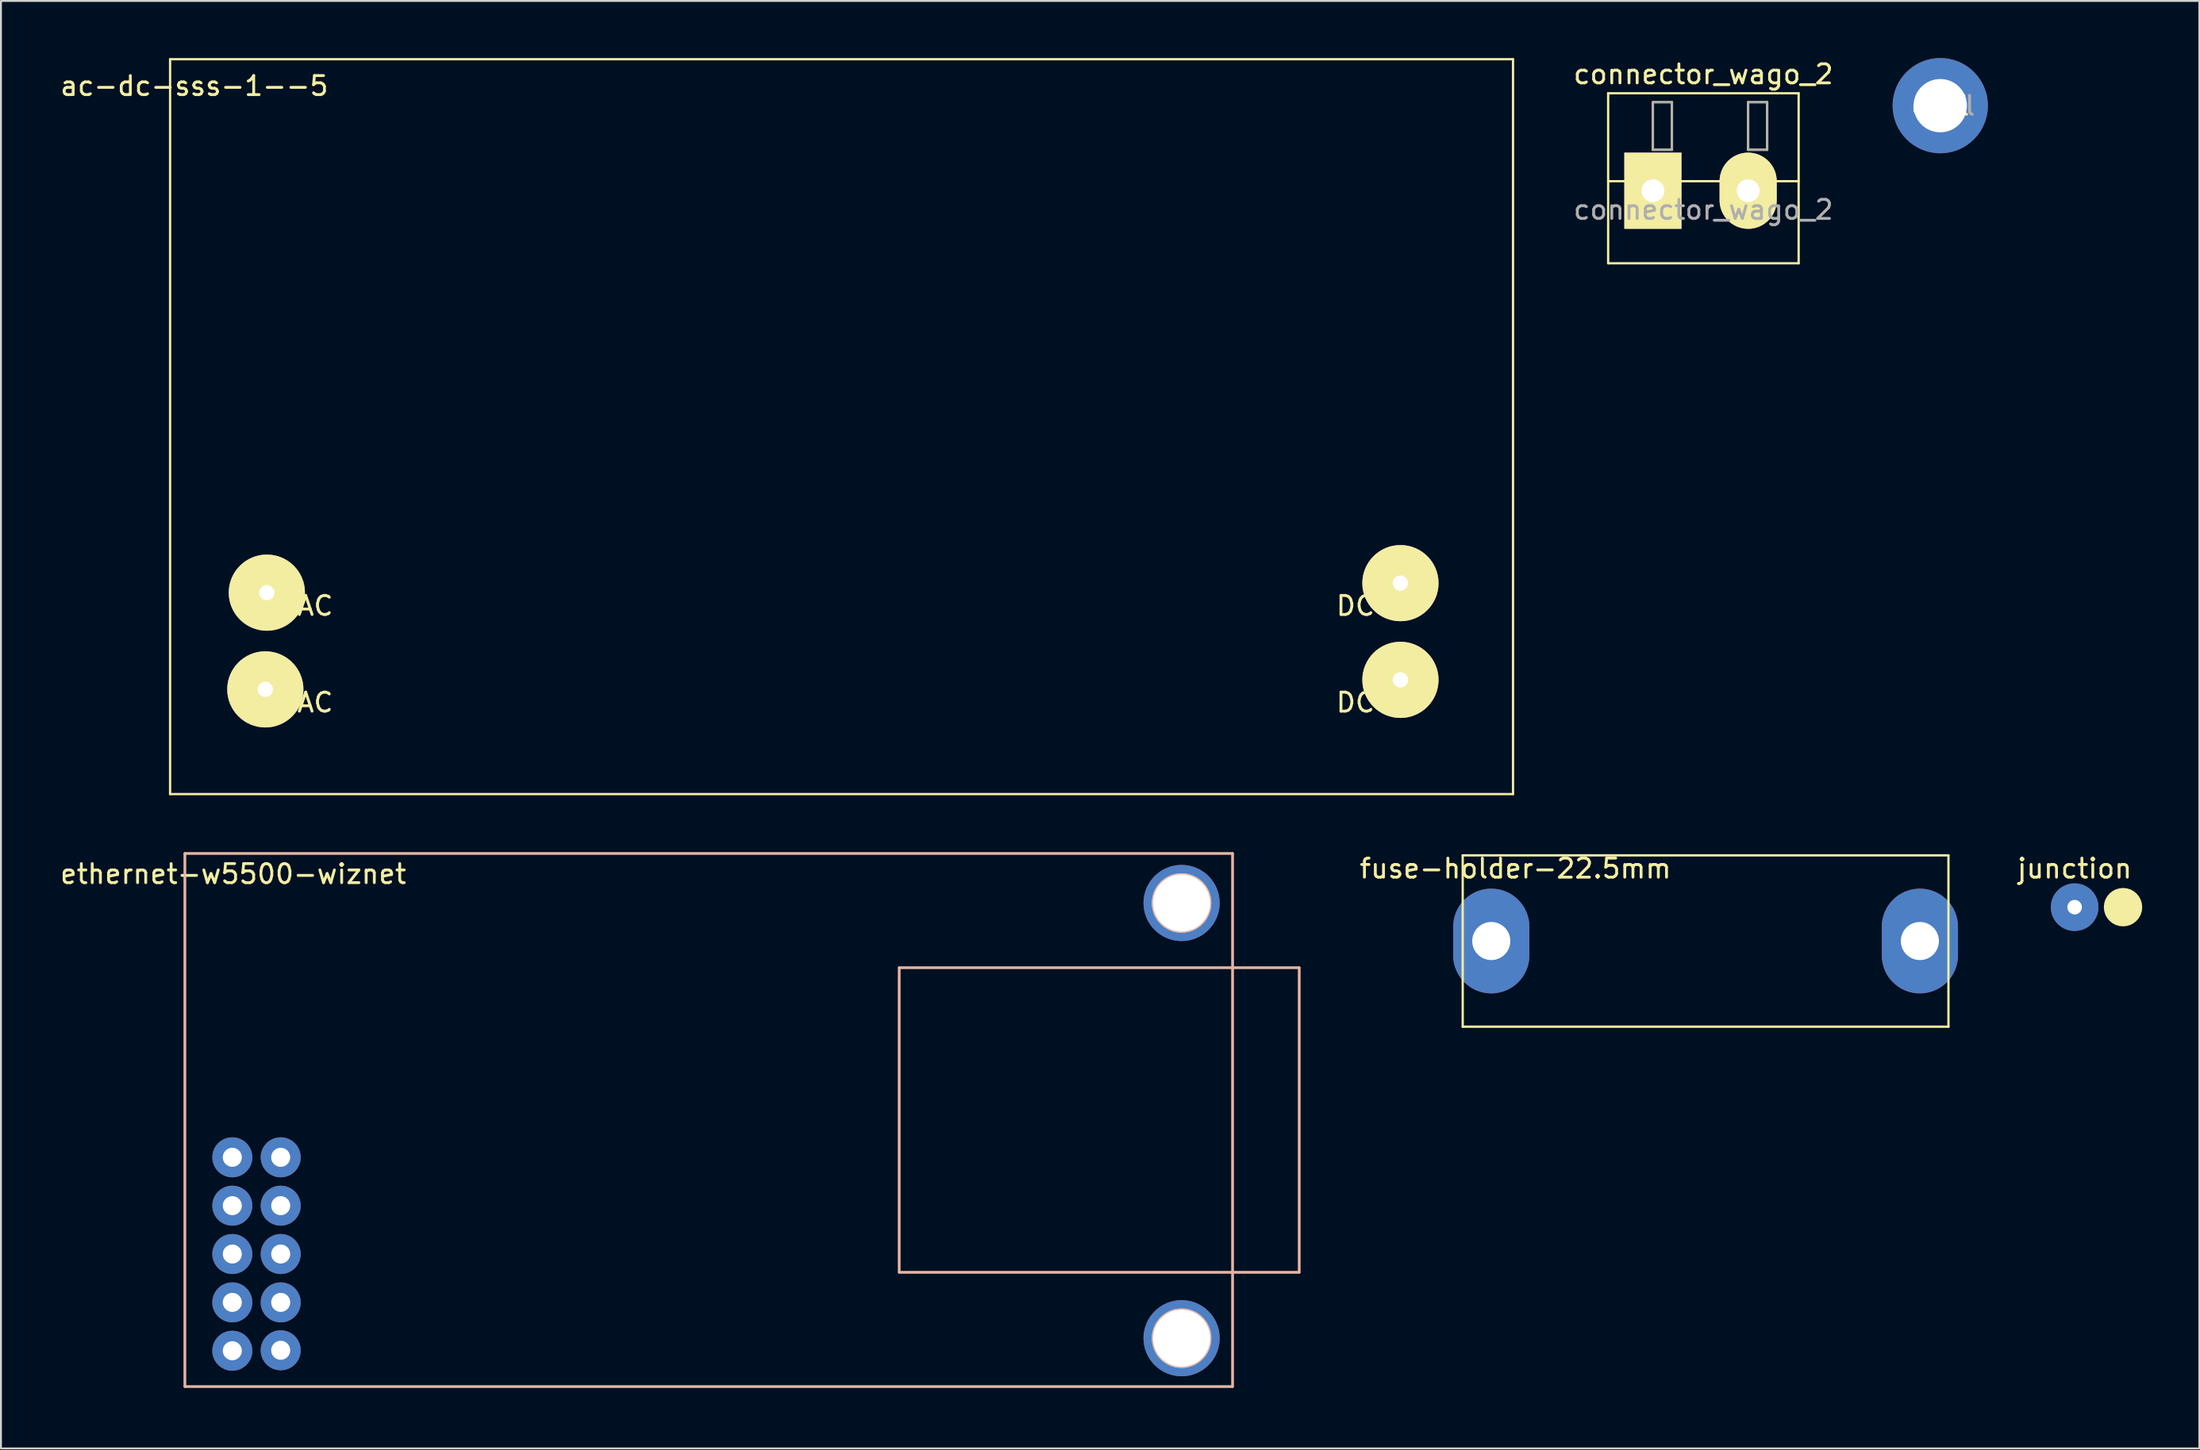
<source format=kicad_pcb>
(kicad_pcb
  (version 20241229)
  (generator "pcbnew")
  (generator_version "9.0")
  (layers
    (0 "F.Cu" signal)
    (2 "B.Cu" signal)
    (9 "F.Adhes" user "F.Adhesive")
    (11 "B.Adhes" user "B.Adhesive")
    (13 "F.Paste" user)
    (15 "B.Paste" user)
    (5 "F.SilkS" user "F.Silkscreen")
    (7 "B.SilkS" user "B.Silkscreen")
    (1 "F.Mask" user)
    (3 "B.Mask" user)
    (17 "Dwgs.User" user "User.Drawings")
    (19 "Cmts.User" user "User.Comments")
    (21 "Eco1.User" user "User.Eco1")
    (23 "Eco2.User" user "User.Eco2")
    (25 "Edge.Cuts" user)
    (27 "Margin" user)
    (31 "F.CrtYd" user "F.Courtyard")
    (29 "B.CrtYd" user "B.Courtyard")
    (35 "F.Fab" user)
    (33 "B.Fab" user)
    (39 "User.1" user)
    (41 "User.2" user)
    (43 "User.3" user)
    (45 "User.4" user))
  (footprint "connector_wago_2"
    (layer "F.Cu")
    (at 83.723 6.968)
    (property "Reference" "connector_wago_2" (at 2.65 -6.12 0) (layer "F.SilkS") (effects (font (size 1 1) (thickness 0.15))))
    (attr through_hole)
    (fp_line (start -2.35 -5.12) (end -2.35 3.81) (stroke (width 0.12) (type solid)) (layer "F.SilkS"))
    (fp_line (start -2.35 -5.12) (end 7.651 -5.12) (stroke (width 0.12) (type solid)) (layer "F.SilkS"))
    (fp_line (start -2.35 -0.5) (end -1.23 -0.5) (stroke (width 0.12) (type solid)) (layer "F.SilkS"))
    (fp_line (start -2.35 3.81) (end 7.651 3.81) (stroke (width 0.12) (type solid)) (layer "F.SilkS"))
    (fp_line (start 0 -4.65) (end 0 -2.151) (stroke (width 0.12) (type solid)) (layer "F.SilkS"))
    (fp_line (start 0 -4.65) (end 1 -4.65) (stroke (width 0.12) (type solid)) (layer "F.SilkS"))
    (fp_line (start 0 -2.151) (end 1 -2.151) (stroke (width 0.12) (type solid)) (layer "F.SilkS"))
    (fp_line (start 1 -4.65) (end 1 -2.151) (stroke (width 0.12) (type solid)) (layer "F.SilkS"))
    (fp_line (start 1.23 -0.5) (end 3.77 -0.5) (stroke (width 0.12) (type solid)) (layer "F.SilkS"))
    (fp_line (start 5 -4.65) (end 5 -2.151) (stroke (width 0.12) (type solid)) (layer "F.SilkS"))
    (fp_line (start 5 -4.65) (end 6 -4.65) (stroke (width 0.12) (type solid)) (layer "F.SilkS"))
    (fp_line (start 5 -2.151) (end 6 -2.151) (stroke (width 0.12) (type solid)) (layer "F.SilkS"))
    (fp_line (start 6 -4.65) (end 6 -2.151) (stroke (width 0.12) (type solid)) (layer "F.SilkS"))
    (fp_line (start 6.23 -0.5) (end 7.651 -0.5) (stroke (width 0.12) (type solid)) (layer "F.SilkS"))
    (fp_line (start 7.651 -5.12) (end 7.651 3.81) (stroke (width 0.12) (type solid)) (layer "F.SilkS"))
    (fp_line (start 0 -4.65) (end 0 -2.15) (stroke (width 0.1) (type solid)) (layer "F.Fab"))
    (fp_line (start 0 -2.15) (end 1 -2.15) (stroke (width 0.1) (type solid)) (layer "F.Fab"))
    (fp_line (start 1 -4.65) (end 0 -4.65) (stroke (width 0.1) (type solid)) (layer "F.Fab"))
    (fp_line (start 1 -2.15) (end 1 -4.65) (stroke (width 0.1) (type solid)) (layer "F.Fab"))
    (fp_line (start 5 -4.65) (end 5 -2.15) (stroke (width 0.1) (type solid)) (layer "F.Fab"))
    (fp_line (start 5 -2.15) (end 6 -2.15) (stroke (width 0.1) (type solid)) (layer "F.Fab"))
    (fp_line (start 6 -4.65) (end 5 -4.65) (stroke (width 0.1) (type solid)) (layer "F.Fab"))
    (fp_line (start 6 -2.15) (end 6 -4.65) (stroke (width 0.1) (type solid)) (layer "F.Fab"))
    (fp_text user "${REFERENCE}" (at 2.65 1 0) (layer "F.Fab") (effects (font (size 1 1) (thickness 0.15))))
    (pad "1" thru_hole rect (at 0 0) (size 3 4) (drill 1.2) (layers "*.Cu" "*.Mask" "F.SilkS"))
    (pad "2" thru_hole oval (at 5 0) (size 3 4) (drill 1.2) (layers "*.Cu" "*.Mask" "F.SilkS")))
  (footprint "fuse-holder-22.5mm"
    (layer "F.Cu")
    (at 75.238 46.378)
    (property "Reference" "fuse-holder-22.5mm" (at 1.27 -3.81 0) (layer "F.SilkS") (effects (font (size 1 1) (thickness 0.15))))
    (attr through_hole)
    (fp_line (start -1.5 -4.5) (end -1.5 4.5) (stroke (width 0.12) (type solid)) (layer "F.SilkS"))
    (fp_line (start -1.5 4.5) (end 24 4.5) (stroke (width 0.12) (type solid)) (layer "F.SilkS"))
    (fp_line (start 24 -4.5) (end -1.5 -4.5) (stroke (width 0.12) (type solid)) (layer "F.SilkS"))
    (fp_line (start 24 -4.5) (end 24 4.5) (stroke (width 0.12) (type solid)) (layer "F.SilkS"))
    (pad "1" thru_hole oval (at 0 0) (size 4 5.5) (drill 2) (layers "*.Cu" "*.Mask"))
    (pad "2" thru_hole oval (at 22.5 0) (size 4 5.5) (drill 2) (layers "*.Cu" "*.Mask")))
  (footprint "junction"
    (layer "F.Cu")
    (at 105.863 44.6)
    (property "Reference" "junction" (at 0 -2.032 0) (layer "F.SilkS") (effects (font (size 1 1) (thickness 0.15))))
    (attr through_hole)
    (fp_circle (center 2.54 0) (end 3.048 0) (stroke (width 1) (type solid)) (fill no) (layer "F.SilkS"))
    (pad "" thru_hole circle (at 0 0) (size 2.5 2.5) (drill 0.762) (layers "*.Cu" "*.Mask")))
  (footprint "drill"
    (layer "F.Cu")
    (at 98.808 2.5)
    (property "Reference" "drill" (at 0 0 0) (layer "F.SilkS") (effects (font (size 1 1) (thickness 0.15))))
    (attr exclude_from_pos_files exclude_from_bom)
    (fp_text user "${REFERENCE}" (at 0.3 0 0) (layer "F.Fab") (effects (font (size 1 1) (thickness 0.15))))
    (pad "" thru_hole circle (at 0 0) (size 5 5) (drill 2.8) (layers "*.Cu" "*.Mask")))
  (footprint "ac-dc-sss-1--5"
    (layer "F.Cu")
    (at 5.879 37.66)
    (property "Reference" "ac-dc-sss-1--5" (at 1.27 -36.195 180) (layer "F.SilkS") (effects (font (size 1 1) (thickness 0.15))))
    (attr through_hole)
    (fp_line (start 0 -37.6) (end 0 1) (stroke (width 0.12) (type solid)) (layer "F.SilkS"))
    (fp_line (start 0 -37.6) (end 70.5 -37.6) (stroke (width 0.12) (type solid)) (layer "F.SilkS"))
    (fp_line (start 0 1) (end 70.5 1) (stroke (width 0.12) (type solid)) (layer "F.SilkS"))
    (fp_line (start 70.5 -37.6) (end 70.5 1) (stroke (width 0.12) (type solid)) (layer "F.SilkS"))
    (fp_text user "DC" (at 62.23 -8.89 180) (layer "F.SilkS") (effects (font (size 1 1) (thickness 0.15))))
    (fp_text user "DC" (at 62.23 -3.81 180) (layer "F.SilkS") (effects (font (size 1 1) (thickness 0.15))))
    (fp_text user "AC" (at 7.62 -3.81 0) (layer "F.SilkS") (effects (font (size 1 1) (thickness 0.15))))
    (fp_text user "AC" (at 7.62 -8.89 180) (layer "F.SilkS") (effects (font (size 1 1) (thickness 0.15))))
    (pad "1" thru_hole circle (at 5.08 -9.58) (size 4 4) (drill 0.8) (layers "*.Cu" "*.Mask" "F.SilkS"))
    (pad "2" thru_hole circle (at 5 -4.5) (size 4 4) (drill 0.8) (layers "*.Cu" "*.Mask" "F.SilkS"))
    (pad "3" thru_hole circle (at 64.59 -5) (size 4 4) (drill 0.8) (layers "*.Cu" "*.Mask" "F.SilkS"))
    (pad "4" thru_hole circle (at 64.59 -10.08) (size 4 4) (drill 0.8) (layers "*.Cu" "*.Mask" "F.SilkS")))
  (footprint "ethernet-w5500-wiznet"
    (layer "F.Cu")
    (at 6.656 69.78)
    (property "Reference" "ethernet-w5500-wiznet" (at 2.54 -26.924 0) (layer "F.SilkS") (effects (font (size 1 1) (thickness 0.15))))
    (attr through_hole)
    (fp_line (start 0 -28) (end 0 0) (stroke (width 0.12) (type solid)) (layer "F.SilkS"))
    (fp_line (start 0 -28) (end 55 -28) (stroke (width 0.12) (type solid)) (layer "F.SilkS"))
    (fp_line (start 0 0) (end 55 0) (stroke (width 0.12) (type solid)) (layer "F.SilkS"))
    (fp_line (start 37.5 -22) (end 58.5 -22) (stroke (width 0.12) (type solid)) (layer "F.SilkS"))
    (fp_line (start 37.5 -6) (end 37.5 -22) (stroke (width 0.12) (type solid)) (layer "F.SilkS"))
    (fp_line (start 37.5 -6) (end 58.5 -6) (stroke (width 0.12) (type solid)) (layer "F.SilkS"))
    (fp_line (start 55 -28) (end 55 0) (stroke (width 0.12) (type solid)) (layer "F.SilkS"))
    (fp_line (start 58.5 -6) (end 58.5 -22) (stroke (width 0.12) (type solid)) (layer "F.SilkS"))
    (fp_circle (center 52.324 -25.4) (end 53.824 -25.4) (stroke (width 0.12) (type solid)) (fill no) (layer "F.SilkS"))
    (fp_circle (center 52.324 -2.54) (end 53.824 -2.54) (stroke (width 0.12) (type solid)) (fill no) (layer "F.SilkS"))
    (fp_line (start 0 -28) (end 0 0) (stroke (width 0.12) (type solid)) (layer "B.SilkS"))
    (fp_line (start 0 -28) (end 55 -28) (stroke (width 0.12) (type solid)) (layer "B.SilkS"))
    (fp_line (start 0 0) (end 55 0) (stroke (width 0.12) (type solid)) (layer "B.SilkS"))
    (fp_line (start 37.5 -22) (end 58.5 -22) (stroke (width 0.12) (type solid)) (layer "B.SilkS"))
    (fp_line (start 37.5 -6) (end 37.5 -22) (stroke (width 0.12) (type solid)) (layer "B.SilkS"))
    (fp_line (start 37.5 -6) (end 58.5 -6) (stroke (width 0.12) (type solid)) (layer "B.SilkS"))
    (fp_line (start 55 -28) (end 55 0) (stroke (width 0.12) (type solid)) (layer "B.SilkS"))
    (fp_line (start 58.5 -6) (end 58.5 -22) (stroke (width 0.12) (type solid)) (layer "B.SilkS"))
    (fp_circle (center 52.324 -25.4) (end 53.824 -25.4) (stroke (width 0.12) (type solid)) (fill no) (layer "B.SilkS"))
    (fp_circle (center 52.324 -2.54) (end 53.824 -2.54) (stroke (width 0.12) (type solid)) (fill no) (layer "B.SilkS"))
    (pad "" thru_hole circle (at 52.324 -25.4) (size 4 4) (drill 3) (layers "*.Cu" "*.Mask"))
    (pad "" thru_hole circle (at 52.324 -2.54) (size 4 4) (drill 3) (layers "*.Cu" "*.Mask"))
    (pad "1" thru_hole oval (at 2.49 -12.041 90) (size 2.1 2.1) (drill 1) (layers "*.Cu" "*.Mask"))
    (pad "2" thru_hole oval (at 2.49 -9.501 90) (size 2.1 2.1) (drill 1) (layers "*.Cu" "*.Mask"))
    (pad "3" thru_hole oval (at 2.49 -6.961 90) (size 2.1 2.1) (drill 1) (layers "*.Cu" "*.Mask"))
    (pad "4" thru_hole oval (at 2.49 -4.421 90) (size 2.1 2.1) (drill 1) (layers "*.Cu" "*.Mask"))
    (pad "5" thru_hole oval (at 2.49 -1.881 90) (size 2.1 2.1) (drill 1) (layers "*.Cu" "*.Mask"))
    (pad "6" thru_hole oval (at 5.03 -12.041 90) (size 2.1 2.1) (drill 1) (layers "*.Cu" "*.Mask"))
    (pad "7" thru_hole oval (at 5.03 -9.501 90) (size 2.1 2.1) (drill 1) (layers "*.Cu" "*.Mask"))
    (pad "8" thru_hole oval (at 5.03 -6.961 90) (size 2.1 2.1) (drill 1) (layers "*.Cu" "*.Mask"))
    (pad "9" thru_hole oval (at 5.03 -4.421 90) (size 2.1 2.1) (drill 1) (layers "*.Cu" "*.Mask"))
    (pad "10" thru_hole oval (at 5.03 -1.905 90) (size 2.1 2.1) (drill 1) (layers "*.Cu" "*.Mask")))
  (gr_rect
    (start -3 -3)
    (end 112.411 73.03)
    (stroke (width 0.1) (type default))
    (fill no)
    (layer "Edge.Cuts")))
</source>
